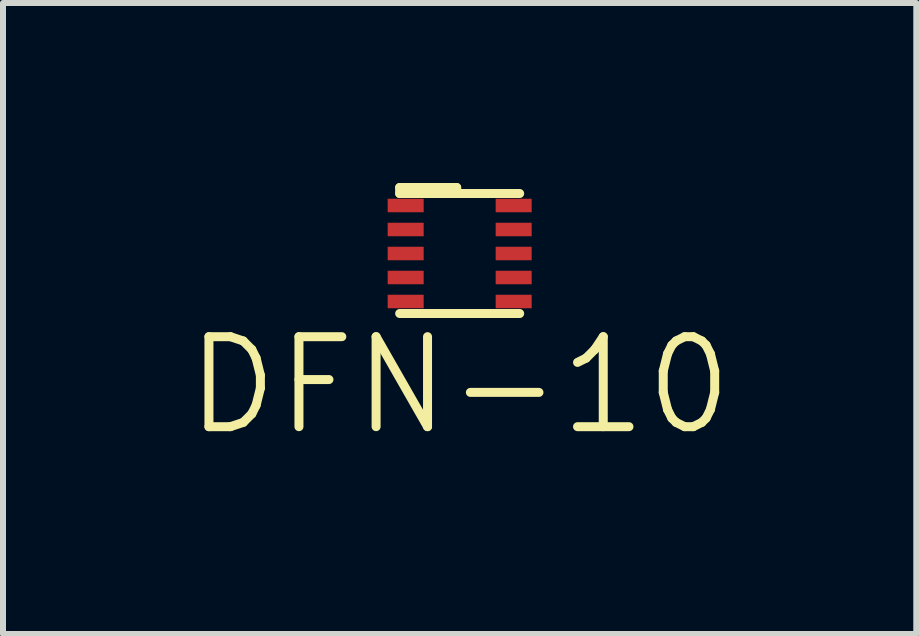
<source format=kicad_pcb>
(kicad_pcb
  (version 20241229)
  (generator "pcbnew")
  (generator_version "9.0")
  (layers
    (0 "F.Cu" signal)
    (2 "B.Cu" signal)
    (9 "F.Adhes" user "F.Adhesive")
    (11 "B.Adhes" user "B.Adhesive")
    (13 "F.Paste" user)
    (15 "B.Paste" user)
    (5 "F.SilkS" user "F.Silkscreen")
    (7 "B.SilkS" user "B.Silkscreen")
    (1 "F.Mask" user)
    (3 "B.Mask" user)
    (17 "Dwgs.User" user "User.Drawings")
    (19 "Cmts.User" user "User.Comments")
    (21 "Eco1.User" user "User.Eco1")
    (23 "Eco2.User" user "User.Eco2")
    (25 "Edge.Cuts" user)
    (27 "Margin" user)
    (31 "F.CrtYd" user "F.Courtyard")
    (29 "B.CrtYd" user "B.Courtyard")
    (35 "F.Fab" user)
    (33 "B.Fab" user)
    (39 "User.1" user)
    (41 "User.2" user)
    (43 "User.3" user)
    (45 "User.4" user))
  (footprint "DFN-10"
    (layer "F.Cu")
    (at 4.611 1.175)
    (property "Reference" "DFN-10" (at 0 2.2 0) (layer "F.SilkS") (effects (font (size 1.5 1.5) (thickness 0.15))))
    (attr through_hole)
    (fp_line (start -1 -1.1) (end -1 -1) (stroke (width 0.15) (type solid)) (layer "F.SilkS"))
    (fp_line (start -1 -1.1) (end -0.05 -1.1) (stroke (width 0.15) (type solid)) (layer "F.SilkS"))
    (fp_line (start -1 1) (end 1 1) (stroke (width 0.15) (type solid)) (layer "F.SilkS"))
    (fp_line (start -0.05 -1.1) (end -0.05 -1) (stroke (width 0.15) (type solid)) (layer "F.SilkS"))
    (fp_line (start 1 -1) (end -1 -1) (stroke (width 0.15) (type solid)) (layer "F.SilkS"))
    (pad "1" smd rect (at -0.9 -0.8) (size 0.6 0.225) (layers "F.Cu" "F.Mask" "F.Paste"))
    (pad "2" smd rect (at -0.9 -0.4) (size 0.6 0.225) (layers "F.Cu" "F.Mask" "F.Paste"))
    (pad "3" smd rect (at -0.9 0) (size 0.6 0.225) (layers "F.Cu" "F.Mask" "F.Paste"))
    (pad "4" smd rect (at -0.9 0.4) (size 0.6 0.225) (layers "F.Cu" "F.Mask" "F.Paste"))
    (pad "5" smd rect (at -0.9 0.8) (size 0.6 0.225) (layers "F.Cu" "F.Mask" "F.Paste"))
    (pad "6" smd rect (at 0.9 0.8) (size 0.6 0.225) (layers "F.Cu" "F.Mask" "F.Paste"))
    (pad "7" smd rect (at 0.9 0.4) (size 0.6 0.225) (layers "F.Cu" "F.Mask" "F.Paste"))
    (pad "8" smd rect (at 0.9 0) (size 0.6 0.225) (layers "F.Cu" "F.Mask" "F.Paste"))
    (pad "9" smd rect (at 0.9 -0.4) (size 0.6 0.225) (layers "F.Cu" "F.Mask" "F.Paste"))
    (pad "10" smd rect (at 0.9 -0.8) (size 0.6 0.225) (layers "F.Cu" "F.Mask" "F.Paste")))
  (gr_rect
    (start -3 -3)
    (end 12.221 7.516)
    (stroke (width 0.1) (type default))
    (fill no)
    (layer "Edge.Cuts")))
</source>
